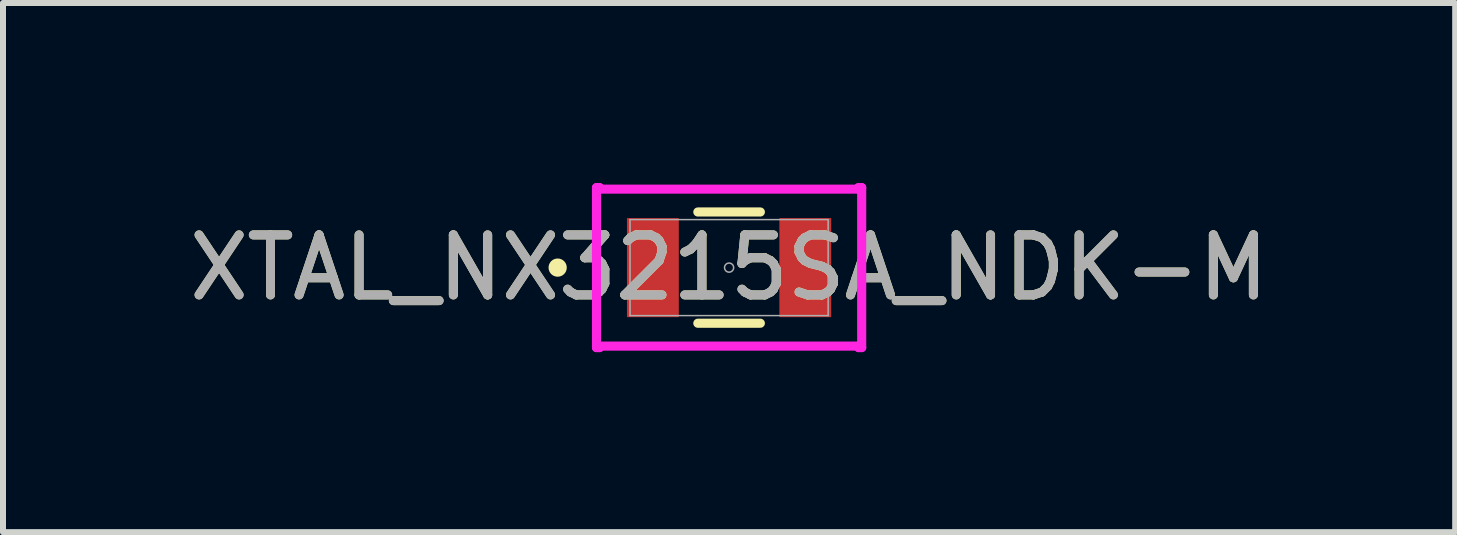
<source format=kicad_pcb>
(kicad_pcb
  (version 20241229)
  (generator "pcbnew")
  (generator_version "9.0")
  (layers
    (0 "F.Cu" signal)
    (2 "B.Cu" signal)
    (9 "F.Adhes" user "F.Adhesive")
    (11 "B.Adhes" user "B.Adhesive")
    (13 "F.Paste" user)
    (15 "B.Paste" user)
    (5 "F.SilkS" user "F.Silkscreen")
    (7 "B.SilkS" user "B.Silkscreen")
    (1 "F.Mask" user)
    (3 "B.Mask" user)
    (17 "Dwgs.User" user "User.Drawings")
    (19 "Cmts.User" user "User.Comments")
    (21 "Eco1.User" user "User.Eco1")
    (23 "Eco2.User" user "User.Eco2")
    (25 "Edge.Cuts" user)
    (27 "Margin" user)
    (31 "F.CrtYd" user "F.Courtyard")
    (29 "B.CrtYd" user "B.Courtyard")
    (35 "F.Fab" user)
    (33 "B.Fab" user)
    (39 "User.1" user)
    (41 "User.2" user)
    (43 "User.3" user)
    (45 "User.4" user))
  (footprint "XTAL_NX3215SA_NDK-M"
    (layer "F.Cu")
    (at 9.101 1.41)
    (property "Reference" "XTAL_NX3215SA_NDK-M" (at 0 0 0) (unlocked yes) (layer "F.SilkS") (effects (font (size 1 1) (thickness 0.15))))
    (attr smd)
    (fp_line (start -0.521 0.927) (end 0.521 0.927) (stroke (width 0.152) (type solid)) (layer "F.SilkS"))
    (fp_line (start 0.521 -0.927) (end -0.521 -0.927) (stroke (width 0.152) (type solid)) (layer "F.SilkS"))
    (fp_circle (center -2.857 0) (end -2.781 0) (stroke (width 0.152) (type solid)) (fill no) (layer "F.SilkS"))
    (fp_line (start -2.21 -1.333) (end -2.159 -1.333) (stroke (width 0.152) (type solid)) (layer "F.CrtYd"))
    (fp_line (start -2.21 1.333) (end -2.21 -1.333) (stroke (width 0.152) (type solid)) (layer "F.CrtYd"))
    (fp_line (start -2.21 1.333) (end -2.159 1.333) (stroke (width 0.152) (type solid)) (layer "F.CrtYd"))
    (fp_line (start -2.159 -1.333) (end -2.159 -1.308) (stroke (width 0.152) (type solid)) (layer "F.CrtYd"))
    (fp_line (start -2.159 -1.308) (end 2.159 -1.308) (stroke (width 0.152) (type solid)) (layer "F.CrtYd"))
    (fp_line (start -2.159 1.308) (end -2.159 1.333) (stroke (width 0.152) (type solid)) (layer "F.CrtYd"))
    (fp_line (start 2.159 -1.308) (end 2.159 -1.333) (stroke (width 0.152) (type solid)) (layer "F.CrtYd"))
    (fp_line (start 2.159 1.308) (end -2.159 1.308) (stroke (width 0.152) (type solid)) (layer "F.CrtYd"))
    (fp_line (start 2.159 1.333) (end 2.159 1.308) (stroke (width 0.152) (type solid)) (layer "F.CrtYd"))
    (fp_line (start 2.21 -1.333) (end 2.159 -1.333) (stroke (width 0.152) (type solid)) (layer "F.CrtYd"))
    (fp_line (start 2.21 -1.333) (end 2.21 1.333) (stroke (width 0.152) (type solid)) (layer "F.CrtYd"))
    (fp_line (start 2.21 1.333) (end 2.159 1.333) (stroke (width 0.152) (type solid)) (layer "F.CrtYd"))
    (fp_line (start -1.651 -0.8) (end -1.651 0.8) (stroke (width 0.025) (type solid)) (layer "F.Fab"))
    (fp_line (start -1.651 0.8) (end 1.651 0.8) (stroke (width 0.025) (type solid)) (layer "F.Fab"))
    (fp_line (start 1.651 -0.8) (end -1.651 -0.8) (stroke (width 0.025) (type solid)) (layer "F.Fab"))
    (fp_line (start 1.651 0.8) (end 1.651 -0.8) (stroke (width 0.025) (type solid)) (layer "F.Fab"))
    (fp_circle (center 0 0) (end 0.076 0) (stroke (width 0.025) (type solid)) (fill no) (layer "F.Fab"))
    (fp_text user "${REFERENCE}" (at 0 0 0) (unlocked yes) (layer "F.Fab") (effects (font (size 1 1) (thickness 0.15))))
    (pad "1" smd rect (at -1.27 0) (size 0.864 1.651) (layers "F.Cu" "F.Mask" "F.Paste"))
    (pad "2" smd rect (at 1.27 0) (size 0.864 1.651) (layers "F.Cu" "F.Mask" "F.Paste")))
  (gr_rect
    (start -3 -3)
    (end 21.202 5.819)
    (stroke (width 0.1) (type default))
    (fill no)
    (layer "Edge.Cuts")))
</source>
